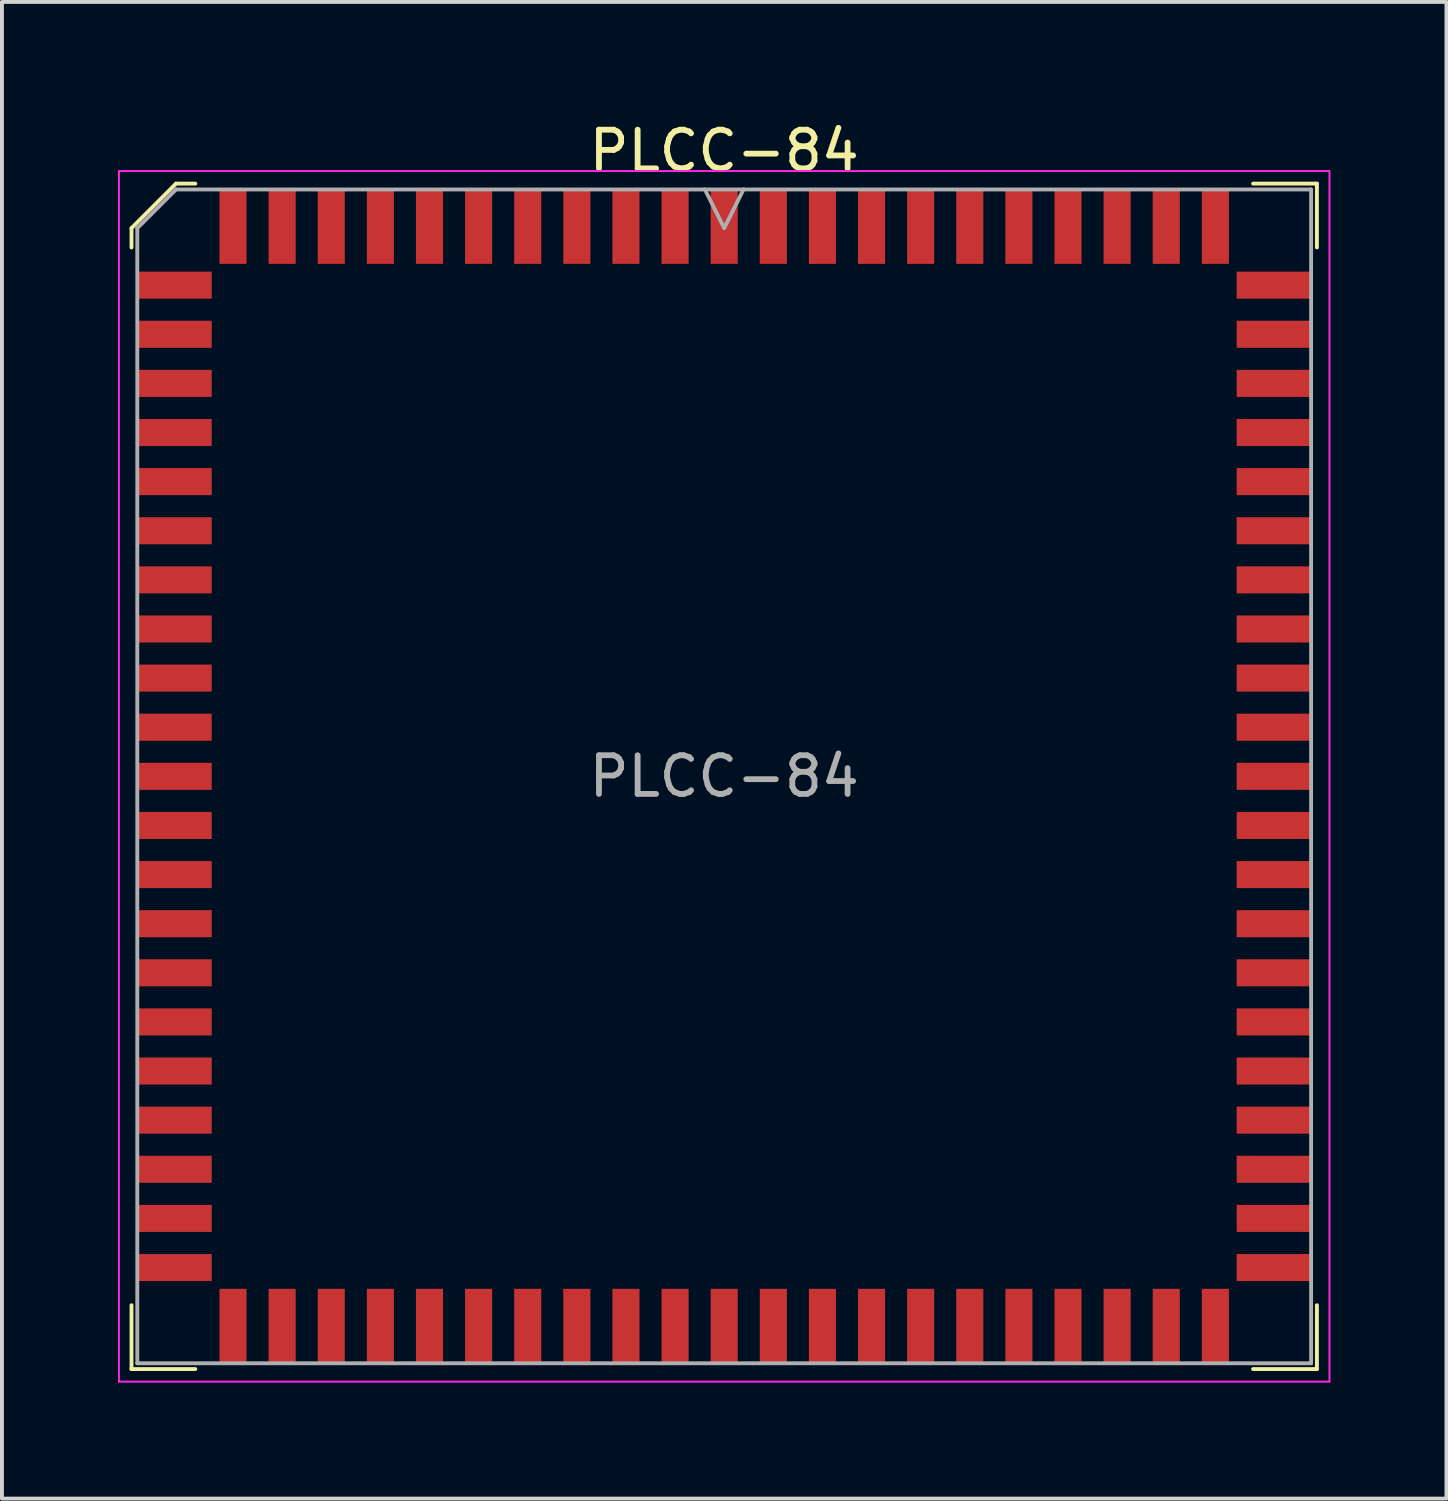
<source format=kicad_pcb>
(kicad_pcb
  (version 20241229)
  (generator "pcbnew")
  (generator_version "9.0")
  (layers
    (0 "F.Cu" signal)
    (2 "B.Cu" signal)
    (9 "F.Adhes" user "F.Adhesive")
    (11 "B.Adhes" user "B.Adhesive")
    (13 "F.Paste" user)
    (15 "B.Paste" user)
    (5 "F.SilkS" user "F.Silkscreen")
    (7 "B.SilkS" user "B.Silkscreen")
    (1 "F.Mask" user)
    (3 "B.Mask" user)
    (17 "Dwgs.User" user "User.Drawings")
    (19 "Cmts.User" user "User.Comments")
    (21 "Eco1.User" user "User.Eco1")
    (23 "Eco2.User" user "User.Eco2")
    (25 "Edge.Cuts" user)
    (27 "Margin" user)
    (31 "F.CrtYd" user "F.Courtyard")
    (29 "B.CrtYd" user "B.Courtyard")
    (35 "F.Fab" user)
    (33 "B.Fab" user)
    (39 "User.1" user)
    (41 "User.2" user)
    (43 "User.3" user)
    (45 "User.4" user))
  (footprint "PLCC-84"
    (layer "F.Cu")
    (at 15.675 17.023)
    (property "Reference" "PLCC-84" (at 0 -16.175 0) (layer "F.SilkS") (effects (font (size 1 1) (thickness 0.15))))
    (attr smd)
    (fp_line (start -15.325 -14.175) (end -15.325 -13.675) (stroke (width 0.1) (type solid)) (layer "F.SilkS"))
    (fp_line (start -15.325 15.325) (end -15.325 13.675) (stroke (width 0.1) (type solid)) (layer "F.SilkS"))
    (fp_line (start -14.175 -15.325) (end -15.325 -14.175) (stroke (width 0.1) (type solid)) (layer "F.SilkS"))
    (fp_line (start -13.675 -15.325) (end -14.175 -15.325) (stroke (width 0.1) (type solid)) (layer "F.SilkS"))
    (fp_line (start -13.675 15.325) (end -15.325 15.325) (stroke (width 0.1) (type solid)) (layer "F.SilkS"))
    (fp_line (start 13.675 -15.325) (end 15.325 -15.325) (stroke (width 0.1) (type solid)) (layer "F.SilkS"))
    (fp_line (start 13.675 15.325) (end 15.325 15.325) (stroke (width 0.1) (type solid)) (layer "F.SilkS"))
    (fp_line (start 15.325 -15.325) (end 15.325 -13.675) (stroke (width 0.1) (type solid)) (layer "F.SilkS"))
    (fp_line (start 15.325 15.325) (end 15.325 13.675) (stroke (width 0.1) (type solid)) (layer "F.SilkS"))
    (fp_line (start -15.65 -15.65) (end -15.65 15.65) (stroke (width 0.05) (type solid)) (layer "F.CrtYd"))
    (fp_line (start -15.65 15.65) (end 15.65 15.65) (stroke (width 0.05) (type solid)) (layer "F.CrtYd"))
    (fp_line (start 15.65 -15.65) (end -15.65 -15.65) (stroke (width 0.05) (type solid)) (layer "F.CrtYd"))
    (fp_line (start 15.65 15.65) (end 15.65 -15.65) (stroke (width 0.05) (type solid)) (layer "F.CrtYd"))
    (fp_line (start -15.175 -14.175) (end -15.175 15.175) (stroke (width 0.1) (type solid)) (layer "F.Fab"))
    (fp_line (start -15.175 15.175) (end 15.175 15.175) (stroke (width 0.1) (type solid)) (layer "F.Fab"))
    (fp_line (start -14.175 -15.175) (end -15.175 -14.175) (stroke (width 0.1) (type solid)) (layer "F.Fab"))
    (fp_line (start -0.5 -15.175) (end 0 -14.175) (stroke (width 0.1) (type solid)) (layer "F.Fab"))
    (fp_line (start 0 -14.175) (end 0.5 -15.175) (stroke (width 0.1) (type solid)) (layer "F.Fab"))
    (fp_line (start 15.175 -15.175) (end -14.175 -15.175) (stroke (width 0.1) (type solid)) (layer "F.Fab"))
    (fp_line (start 15.175 15.175) (end 15.175 -15.175) (stroke (width 0.1) (type solid)) (layer "F.Fab"))
    (fp_text user "${REFERENCE}" (at 0 0 0) (layer "F.Fab") (effects (font (size 1 1) (thickness 0.15))))
    (pad "1" smd rect (at 0 -14.213) (size 0.7 1.925) (layers "F.Cu" "F.Mask" "F.Paste"))
    (pad "2" smd rect (at -1.27 -14.213) (size 0.7 1.925) (layers "F.Cu" "F.Mask" "F.Paste"))
    (pad "3" smd rect (at -2.54 -14.213) (size 0.7 1.925) (layers "F.Cu" "F.Mask" "F.Paste"))
    (pad "4" smd rect (at -3.81 -14.213) (size 0.7 1.925) (layers "F.Cu" "F.Mask" "F.Paste"))
    (pad "5" smd rect (at -5.08 -14.213) (size 0.7 1.925) (layers "F.Cu" "F.Mask" "F.Paste"))
    (pad "6" smd rect (at -6.35 -14.213) (size 0.7 1.925) (layers "F.Cu" "F.Mask" "F.Paste"))
    (pad "7" smd rect (at -7.62 -14.213) (size 0.7 1.925) (layers "F.Cu" "F.Mask" "F.Paste"))
    (pad "8" smd rect (at -8.89 -14.213) (size 0.7 1.925) (layers "F.Cu" "F.Mask" "F.Paste"))
    (pad "9" smd rect (at -10.16 -14.213) (size 0.7 1.925) (layers "F.Cu" "F.Mask" "F.Paste"))
    (pad "10" smd rect (at -11.43 -14.213) (size 0.7 1.925) (layers "F.Cu" "F.Mask" "F.Paste"))
    (pad "11" smd rect (at -12.7 -14.213) (size 0.7 1.925) (layers "F.Cu" "F.Mask" "F.Paste"))
    (pad "12" smd rect (at -14.213 -12.7) (size 1.925 0.7) (layers "F.Cu" "F.Mask" "F.Paste"))
    (pad "13" smd rect (at -14.213 -11.43) (size 1.925 0.7) (layers "F.Cu" "F.Mask" "F.Paste"))
    (pad "14" smd rect (at -14.213 -10.16) (size 1.925 0.7) (layers "F.Cu" "F.Mask" "F.Paste"))
    (pad "15" smd rect (at -14.213 -8.89) (size 1.925 0.7) (layers "F.Cu" "F.Mask" "F.Paste"))
    (pad "16" smd rect (at -14.213 -7.62) (size 1.925 0.7) (layers "F.Cu" "F.Mask" "F.Paste"))
    (pad "17" smd rect (at -14.213 -6.35) (size 1.925 0.7) (layers "F.Cu" "F.Mask" "F.Paste"))
    (pad "18" smd rect (at -14.213 -5.08) (size 1.925 0.7) (layers "F.Cu" "F.Mask" "F.Paste"))
    (pad "19" smd rect (at -14.213 -3.81) (size 1.925 0.7) (layers "F.Cu" "F.Mask" "F.Paste"))
    (pad "20" smd rect (at -14.213 -2.54) (size 1.925 0.7) (layers "F.Cu" "F.Mask" "F.Paste"))
    (pad "21" smd rect (at -14.213 -1.27) (size 1.925 0.7) (layers "F.Cu" "F.Mask" "F.Paste"))
    (pad "22" smd rect (at -14.213 0) (size 1.925 0.7) (layers "F.Cu" "F.Mask" "F.Paste"))
    (pad "23" smd rect (at -14.213 1.27) (size 1.925 0.7) (layers "F.Cu" "F.Mask" "F.Paste"))
    (pad "24" smd rect (at -14.213 2.54) (size 1.925 0.7) (layers "F.Cu" "F.Mask" "F.Paste"))
    (pad "25" smd rect (at -14.213 3.81) (size 1.925 0.7) (layers "F.Cu" "F.Mask" "F.Paste"))
    (pad "26" smd rect (at -14.213 5.08) (size 1.925 0.7) (layers "F.Cu" "F.Mask" "F.Paste"))
    (pad "27" smd rect (at -14.213 6.35) (size 1.925 0.7) (layers "F.Cu" "F.Mask" "F.Paste"))
    (pad "28" smd rect (at -14.213 7.62) (size 1.925 0.7) (layers "F.Cu" "F.Mask" "F.Paste"))
    (pad "29" smd rect (at -14.213 8.89) (size 1.925 0.7) (layers "F.Cu" "F.Mask" "F.Paste"))
    (pad "30" smd rect (at -14.213 10.16) (size 1.925 0.7) (layers "F.Cu" "F.Mask" "F.Paste"))
    (pad "31" smd rect (at -14.213 11.43) (size 1.925 0.7) (layers "F.Cu" "F.Mask" "F.Paste"))
    (pad "32" smd rect (at -14.213 12.7) (size 1.925 0.7) (layers "F.Cu" "F.Mask" "F.Paste"))
    (pad "33" smd rect (at -12.7 14.213) (size 0.7 1.925) (layers "F.Cu" "F.Mask" "F.Paste"))
    (pad "34" smd rect (at -11.43 14.213) (size 0.7 1.925) (layers "F.Cu" "F.Mask" "F.Paste"))
    (pad "35" smd rect (at -10.16 14.213) (size 0.7 1.925) (layers "F.Cu" "F.Mask" "F.Paste"))
    (pad "36" smd rect (at -8.89 14.213) (size 0.7 1.925) (layers "F.Cu" "F.Mask" "F.Paste"))
    (pad "37" smd rect (at -7.62 14.213) (size 0.7 1.925) (layers "F.Cu" "F.Mask" "F.Paste"))
    (pad "38" smd rect (at -6.35 14.213) (size 0.7 1.925) (layers "F.Cu" "F.Mask" "F.Paste"))
    (pad "39" smd rect (at -5.08 14.213) (size 0.7 1.925) (layers "F.Cu" "F.Mask" "F.Paste"))
    (pad "40" smd rect (at -3.81 14.213) (size 0.7 1.925) (layers "F.Cu" "F.Mask" "F.Paste"))
    (pad "41" smd rect (at -2.54 14.213) (size 0.7 1.925) (layers "F.Cu" "F.Mask" "F.Paste"))
    (pad "42" smd rect (at -1.27 14.213) (size 0.7 1.925) (layers "F.Cu" "F.Mask" "F.Paste"))
    (pad "43" smd rect (at 0 14.213) (size 0.7 1.925) (layers "F.Cu" "F.Mask" "F.Paste"))
    (pad "44" smd rect (at 1.27 14.213) (size 0.7 1.925) (layers "F.Cu" "F.Mask" "F.Paste"))
    (pad "45" smd rect (at 2.54 14.213) (size 0.7 1.925) (layers "F.Cu" "F.Mask" "F.Paste"))
    (pad "46" smd rect (at 3.81 14.213) (size 0.7 1.925) (layers "F.Cu" "F.Mask" "F.Paste"))
    (pad "47" smd rect (at 5.08 14.213) (size 0.7 1.925) (layers "F.Cu" "F.Mask" "F.Paste"))
    (pad "48" smd rect (at 6.35 14.213) (size 0.7 1.925) (layers "F.Cu" "F.Mask" "F.Paste"))
    (pad "49" smd rect (at 7.62 14.213) (size 0.7 1.925) (layers "F.Cu" "F.Mask" "F.Paste"))
    (pad "50" smd rect (at 8.89 14.213) (size 0.7 1.925) (layers "F.Cu" "F.Mask" "F.Paste"))
    (pad "51" smd rect (at 10.16 14.213) (size 0.7 1.925) (layers "F.Cu" "F.Mask" "F.Paste"))
    (pad "52" smd rect (at 11.43 14.213) (size 0.7 1.925) (layers "F.Cu" "F.Mask" "F.Paste"))
    (pad "53" smd rect (at 12.7 14.213) (size 0.7 1.925) (layers "F.Cu" "F.Mask" "F.Paste"))
    (pad "54" smd rect (at 14.213 12.7) (size 1.925 0.7) (layers "F.Cu" "F.Mask" "F.Paste"))
    (pad "55" smd rect (at 14.213 11.43) (size 1.925 0.7) (layers "F.Cu" "F.Mask" "F.Paste"))
    (pad "56" smd rect (at 14.213 10.16) (size 1.925 0.7) (layers "F.Cu" "F.Mask" "F.Paste"))
    (pad "57" smd rect (at 14.213 8.89) (size 1.925 0.7) (layers "F.Cu" "F.Mask" "F.Paste"))
    (pad "58" smd rect (at 14.213 7.62) (size 1.925 0.7) (layers "F.Cu" "F.Mask" "F.Paste"))
    (pad "59" smd rect (at 14.213 6.35) (size 1.925 0.7) (layers "F.Cu" "F.Mask" "F.Paste"))
    (pad "60" smd rect (at 14.213 5.08) (size 1.925 0.7) (layers "F.Cu" "F.Mask" "F.Paste"))
    (pad "61" smd rect (at 14.213 3.81) (size 1.925 0.7) (layers "F.Cu" "F.Mask" "F.Paste"))
    (pad "62" smd rect (at 14.213 2.54) (size 1.925 0.7) (layers "F.Cu" "F.Mask" "F.Paste"))
    (pad "63" smd rect (at 14.213 1.27) (size 1.925 0.7) (layers "F.Cu" "F.Mask" "F.Paste"))
    (pad "64" smd rect (at 14.213 0) (size 1.925 0.7) (layers "F.Cu" "F.Mask" "F.Paste"))
    (pad "65" smd rect (at 14.213 -1.27) (size 1.925 0.7) (layers "F.Cu" "F.Mask" "F.Paste"))
    (pad "66" smd rect (at 14.213 -2.54) (size 1.925 0.7) (layers "F.Cu" "F.Mask" "F.Paste"))
    (pad "67" smd rect (at 14.213 -3.81) (size 1.925 0.7) (layers "F.Cu" "F.Mask" "F.Paste"))
    (pad "68" smd rect (at 14.213 -5.08) (size 1.925 0.7) (layers "F.Cu" "F.Mask" "F.Paste"))
    (pad "69" smd rect (at 14.213 -6.35) (size 1.925 0.7) (layers "F.Cu" "F.Mask" "F.Paste"))
    (pad "70" smd rect (at 14.213 -7.62) (size 1.925 0.7) (layers "F.Cu" "F.Mask" "F.Paste"))
    (pad "71" smd rect (at 14.213 -8.89) (size 1.925 0.7) (layers "F.Cu" "F.Mask" "F.Paste"))
    (pad "72" smd rect (at 14.213 -10.16) (size 1.925 0.7) (layers "F.Cu" "F.Mask" "F.Paste"))
    (pad "73" smd rect (at 14.213 -11.43) (size 1.925 0.7) (layers "F.Cu" "F.Mask" "F.Paste"))
    (pad "74" smd rect (at 14.213 -12.7) (size 1.925 0.7) (layers "F.Cu" "F.Mask" "F.Paste"))
    (pad "75" smd rect (at 12.7 -14.213) (size 0.7 1.925) (layers "F.Cu" "F.Mask" "F.Paste"))
    (pad "76" smd rect (at 11.43 -14.213) (size 0.7 1.925) (layers "F.Cu" "F.Mask" "F.Paste"))
    (pad "77" smd rect (at 10.16 -14.213) (size 0.7 1.925) (layers "F.Cu" "F.Mask" "F.Paste"))
    (pad "78" smd rect (at 8.89 -14.213) (size 0.7 1.925) (layers "F.Cu" "F.Mask" "F.Paste"))
    (pad "79" smd rect (at 7.62 -14.213) (size 0.7 1.925) (layers "F.Cu" "F.Mask" "F.Paste"))
    (pad "80" smd rect (at 6.35 -14.213) (size 0.7 1.925) (layers "F.Cu" "F.Mask" "F.Paste"))
    (pad "81" smd rect (at 5.08 -14.213) (size 0.7 1.925) (layers "F.Cu" "F.Mask" "F.Paste"))
    (pad "82" smd rect (at 3.81 -14.213) (size 0.7 1.925) (layers "F.Cu" "F.Mask" "F.Paste"))
    (pad "83" smd rect (at 2.54 -14.213) (size 0.7 1.925) (layers "F.Cu" "F.Mask" "F.Paste"))
    (pad "84" smd rect (at 1.27 -14.213) (size 0.7 1.925) (layers "F.Cu" "F.Mask" "F.Paste")))
  (gr_rect
    (start -3 -3)
    (end 34.35 35.698)
    (stroke (width 0.1) (type default))
    (fill no)
    (layer "Edge.Cuts")))
</source>
